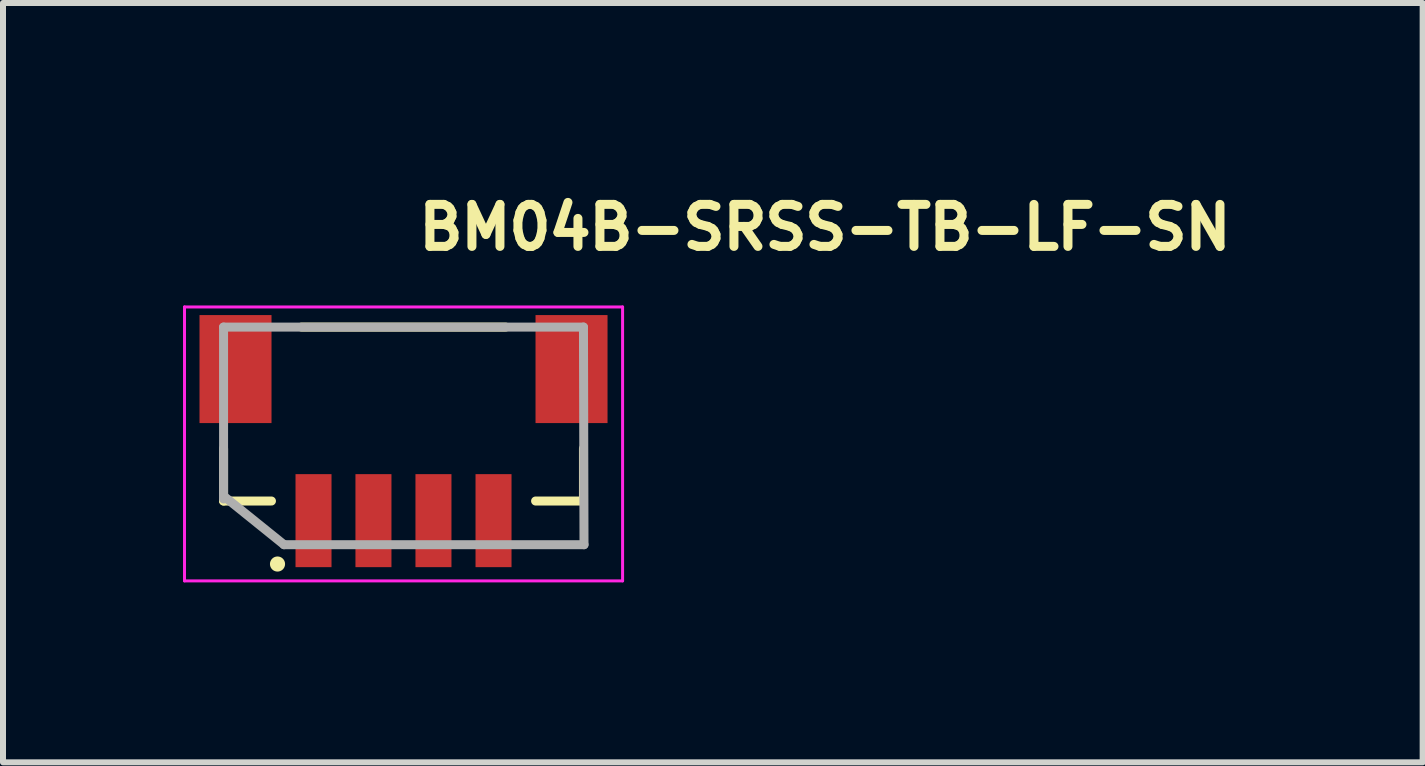
<source format=kicad_pcb>
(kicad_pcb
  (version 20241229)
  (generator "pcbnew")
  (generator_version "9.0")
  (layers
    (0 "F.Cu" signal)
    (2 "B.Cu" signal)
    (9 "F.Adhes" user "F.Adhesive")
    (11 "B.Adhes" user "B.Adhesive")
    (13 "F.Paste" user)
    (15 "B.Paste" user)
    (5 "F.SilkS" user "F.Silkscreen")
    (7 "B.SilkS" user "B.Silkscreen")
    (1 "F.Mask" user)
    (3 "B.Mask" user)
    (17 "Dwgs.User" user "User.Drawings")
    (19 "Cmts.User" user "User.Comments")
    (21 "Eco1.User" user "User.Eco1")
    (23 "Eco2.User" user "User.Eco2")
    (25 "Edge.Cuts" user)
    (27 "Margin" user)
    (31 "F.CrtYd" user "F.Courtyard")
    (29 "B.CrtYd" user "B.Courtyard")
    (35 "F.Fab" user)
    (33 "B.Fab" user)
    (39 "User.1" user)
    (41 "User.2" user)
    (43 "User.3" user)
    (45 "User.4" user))
  (footprint "BM04B-SRSS-TB-LF-SN"
    (layer "F.Cu")
    (at 3.675 4.25)
    (property "Reference" "BM04B-SRSS-TB-LF-SN" (at 0.175 -3.1 0) (layer "F.SilkS") (effects (font (size 0.7 0.7) (thickness 0.15)) (justify left bottom)))
    (attr smd)
    (fp_line (start -2.999 0.176) (end -2.999 1.05) (stroke (width 0.15) (type solid)) (layer "F.SilkS"))
    (fp_line (start -2.999 1.05) (end -2.201 1.05) (stroke (width 0.15) (type solid)) (layer "F.SilkS"))
    (fp_line (start -1.7 -1.849) (end 1.702 -1.849) (stroke (width 0.15) (type solid)) (layer "F.SilkS"))
    (fp_line (start 2.999 0.176) (end 2.999 1.05) (stroke (width 0.15) (type solid)) (layer "F.SilkS"))
    (fp_line (start 2.999 1.05) (end 2.201 1.05) (stroke (width 0.15) (type solid)) (layer "F.SilkS"))
    (fp_circle (center -2.1 2.1) (end -2.049 2.1) (stroke (width 0.15) (type solid)) (fill yes) (layer "F.SilkS"))
    (fp_line (start -3.65 -2.184) (end 3.651 -2.184) (stroke (width 0.05) (type solid)) (layer "F.CrtYd"))
    (fp_line (start -3.65 2.381) (end -3.65 -2.184) (stroke (width 0.05) (type solid)) (layer "F.CrtYd"))
    (fp_line (start 3.651 -2.184) (end 3.651 2.381) (stroke (width 0.05) (type solid)) (layer "F.CrtYd"))
    (fp_line (start 3.651 2.381) (end -3.65 2.381) (stroke (width 0.05) (type solid)) (layer "F.CrtYd"))
    (fp_line (start -2.999 -1.849) (end 2.999 -1.849) (stroke (width 0.15) (type solid)) (layer "F.Fab"))
    (fp_line (start -2.999 1.016) (end -2.999 -1.849) (stroke (width 0.15) (type solid)) (layer "F.Fab"))
    (fp_line (start -1.991 1.778) (end -2.999 0.966) (stroke (width 0.15) (type solid)) (layer "F.Fab"))
    (fp_line (start 2.999 -1.849) (end 3.008 1.778) (stroke (width 0.15) (type solid)) (layer "F.Fab"))
    (fp_line (start 3.008 1.778) (end -1.991 1.778) (stroke (width 0.15) (type solid)) (layer "F.Fab"))
    (fp_rect (start -2.999 -1.8) (end 2.999 1.8) (stroke (width 0.15) (type solid)) (fill no) (layer "User.5"))
    (fp_line (start -2.999 -1.599) (end -2.999 -0.199) (stroke (width 0.02) (type solid)) (layer "User.9"))
    (fp_line (start -2.999 -0.1) (end -2.999 -0.199) (stroke (width 0.02) (type solid)) (layer "User.9"))
    (fp_line (start -2.999 0.501) (end -2.999 -0.1) (stroke (width 0.02) (type solid)) (layer "User.9"))
    (fp_line (start -2.999 0.601) (end -2.999 0.501) (stroke (width 0.02) (type solid)) (layer "User.9"))
    (fp_line (start -2.999 0.981) (end -2.999 0.601) (stroke (width 0.02) (type solid)) (layer "User.9"))
    (fp_line (start -2.749 -1.8) (end -2.749 -1.599) (stroke (width 0.02) (type solid)) (layer "User.9"))
    (fp_line (start -2.749 -1.599) (end -2.999 -1.599) (stroke (width 0.02) (type solid)) (layer "User.9"))
    (fp_line (start -2.749 -0.1) (end -2.749 0.201) (stroke (width 0.02) (type solid)) (layer "User.9"))
    (fp_line (start -2.749 0.201) (end -2.499 0.201) (stroke (width 0.02) (type solid)) (layer "User.9"))
    (fp_line (start -2.749 0.601) (end -2.749 0.856) (stroke (width 0.02) (type solid)) (layer "User.9"))
    (fp_line (start -2.749 0.856) (end -2.499 0.856) (stroke (width 0.02) (type solid)) (layer "User.9"))
    (fp_line (start -2.701 -1.149) (end -2.6 -1.05) (stroke (width 0.02) (type solid)) (layer "User.9"))
    (fp_line (start -2.701 -1.149) (end -2.35 -1.149) (stroke (width 0.02) (type solid)) (layer "User.9"))
    (fp_line (start -2.701 -0.349) (end -2.701 -1.149) (stroke (width 0.02) (type solid)) (layer "User.9"))
    (fp_line (start -2.701 -0.349) (end -2.6 -0.449) (stroke (width 0.02) (type solid)) (layer "User.9"))
    (fp_line (start -2.6 -1.05) (end -2.6 -0.449) (stroke (width 0.02) (type solid)) (layer "User.9"))
    (fp_line (start -2.6 -0.449) (end -2.249 -0.449) (stroke (width 0.02) (type solid)) (layer "User.9"))
    (fp_line (start -2.499 -0.199) (end -2.999 -0.199) (stroke (width 0.02) (type solid)) (layer "User.9"))
    (fp_line (start -2.499 -0.199) (end -2.499 0.981) (stroke (width 0.02) (type solid)) (layer "User.9"))
    (fp_line (start -2.499 -0.1) (end -2.999 -0.1) (stroke (width 0.02) (type solid)) (layer "User.9"))
    (fp_line (start -2.499 0.501) (end -2.999 0.501) (stroke (width 0.02) (type solid)) (layer "User.9"))
    (fp_line (start -2.499 0.601) (end -2.999 0.601) (stroke (width 0.02) (type solid)) (layer "User.9"))
    (fp_line (start -2.499 0.981) (end -2.999 0.981) (stroke (width 0.02) (type solid)) (layer "User.9"))
    (fp_line (start -2.35 -1.649) (end -2.249 -1.55) (stroke (width 0.02) (type solid)) (layer "User.9"))
    (fp_line (start -2.35 -1.649) (end 2.35 -1.649) (stroke (width 0.02) (type solid)) (layer "User.9"))
    (fp_line (start -2.35 -1.149) (end -2.35 -1.649) (stroke (width 0.02) (type solid)) (layer "User.9"))
    (fp_line (start -2.35 -1.149) (end -2.249 -1.05) (stroke (width 0.02) (type solid)) (layer "User.9"))
    (fp_line (start -2.35 -0.349) (end -2.701 -0.349) (stroke (width 0.02) (type solid)) (layer "User.9"))
    (fp_line (start -2.35 -0.349) (end -2.249 -0.449) (stroke (width 0.02) (type solid)) (layer "User.9"))
    (fp_line (start -2.35 0.831) (end -2.35 -0.349) (stroke (width 0.02) (type solid)) (layer "User.9"))
    (fp_line (start -2.249 -1.55) (end -2.249 -1.05) (stroke (width 0.02) (type solid)) (layer "User.9"))
    (fp_line (start -2.249 -1.05) (end -2.6 -1.05) (stroke (width 0.02) (type solid)) (layer "User.9"))
    (fp_line (start -2.249 -0.449) (end -2.249 -1.05) (stroke (width 0.02) (type solid)) (layer "User.9"))
    (fp_line (start -2.249 -0.449) (end -2.249 0.731) (stroke (width 0.02) (type solid)) (layer "User.9"))
    (fp_line (start -2.249 0.731) (end -2.35 0.831) (stroke (width 0.02) (type solid)) (layer "User.9"))
    (fp_line (start -2.249 0.731) (end 2.249 0.731) (stroke (width 0.02) (type solid)) (layer "User.9"))
    (fp_line (start -2.201 0.981) (end -2.499 0.981) (stroke (width 0.02) (type solid)) (layer "User.9"))
    (fp_line (start -2.201 0.981) (end -2.201 1.101) (stroke (width 0.02) (type solid)) (layer "User.9"))
    (fp_line (start -1.575 -1.071) (end -1.538 -1.034) (stroke (width 0.02) (type solid)) (layer "User.9"))
    (fp_line (start -1.575 -1.071) (end -1.427 -1.071) (stroke (width 0.02) (type solid)) (layer "User.9"))
    (fp_line (start -1.575 -0.768) (end -1.575 -1.071) (stroke (width 0.02) (type solid)) (layer "User.9"))
    (fp_line (start -1.575 -0.768) (end -1.538 -0.805) (stroke (width 0.02) (type solid)) (layer "User.9"))
    (fp_line (start -1.575 0.032) (end -1.575 0.332) (stroke (width 0.02) (type solid)) (layer "User.9"))
    (fp_line (start -1.575 0.032) (end -1.575 0.332) (stroke (width 0.02) (type solid)) (layer "User.9"))
    (fp_line (start -1.575 0.032) (end -1.427 0.032) (stroke (width 0.02) (type solid)) (layer "User.9"))
    (fp_line (start -1.575 0.032) (end -1.427 0.032) (stroke (width 0.02) (type solid)) (layer "User.9"))
    (fp_line (start -1.575 0.332) (end -1.427 0.332) (stroke (width 0.02) (type solid)) (layer "User.9"))
    (fp_line (start -1.575 0.332) (end -1.427 0.332) (stroke (width 0.02) (type solid)) (layer "User.9"))
    (fp_line (start -1.575 1.101) (end -1.575 1.294) (stroke (width 0.02) (type solid)) (layer "User.9"))
    (fp_line (start -1.575 1.294) (end -1.575 1.71) (stroke (width 0.02) (type solid)) (layer "User.9"))
    (fp_line (start -1.575 1.71) (end -1.575 1.8) (stroke (width 0.02) (type solid)) (layer "User.9"))
    (fp_line (start -1.538 -1.034) (end -1.538 -0.805) (stroke (width 0.02) (type solid)) (layer "User.9"))
    (fp_line (start -1.538 -0.805) (end -1.462 -0.805) (stroke (width 0.02) (type solid)) (layer "User.9"))
    (fp_line (start -1.462 -1.034) (end -1.538 -1.034) (stroke (width 0.02) (type solid)) (layer "User.9"))
    (fp_line (start -1.462 -1.034) (end -1.427 -1.071) (stroke (width 0.02) (type solid)) (layer "User.9"))
    (fp_line (start -1.462 -0.805) (end -1.462 -1.034) (stroke (width 0.02) (type solid)) (layer "User.9"))
    (fp_line (start -1.462 -0.805) (end -1.427 -0.768) (stroke (width 0.02) (type solid)) (layer "User.9"))
    (fp_line (start -1.427 -1.071) (end -1.427 -0.768) (stroke (width 0.02) (type solid)) (layer "User.9"))
    (fp_line (start -1.427 -0.768) (end -1.575 -0.768) (stroke (width 0.02) (type solid)) (layer "User.9"))
    (fp_line (start -1.427 0.032) (end -1.427 0.332) (stroke (width 0.02) (type solid)) (layer "User.9"))
    (fp_line (start -1.427 0.032) (end -1.427 0.332) (stroke (width 0.02) (type solid)) (layer "User.9"))
    (fp_line (start -1.427 1.101) (end -1.427 1.294) (stroke (width 0.02) (type solid)) (layer "User.9"))
    (fp_line (start -1.427 1.294) (end -1.575 1.294) (stroke (width 0.02) (type solid)) (layer "User.9"))
    (fp_line (start -1.427 1.294) (end -1.427 1.71) (stroke (width 0.02) (type solid)) (layer "User.9"))
    (fp_line (start -1.427 1.71) (end -1.427 1.8) (stroke (width 0.02) (type solid)) (layer "User.9"))
    (fp_line (start -1.427 1.8) (end -1.575 1.8) (stroke (width 0.02) (type solid)) (layer "User.9"))
    (fp_line (start -0.575 -1.071) (end -0.539 -1.034) (stroke (width 0.02) (type solid)) (layer "User.9"))
    (fp_line (start -0.575 -1.071) (end -0.425 -1.071) (stroke (width 0.02) (type solid)) (layer "User.9"))
    (fp_line (start -0.575 -0.768) (end -0.575 -1.071) (stroke (width 0.02) (type solid)) (layer "User.9"))
    (fp_line (start -0.575 -0.768) (end -0.539 -0.805) (stroke (width 0.02) (type solid)) (layer "User.9"))
    (fp_line (start -0.575 0.032) (end -0.575 0.332) (stroke (width 0.02) (type solid)) (layer "User.9"))
    (fp_line (start -0.575 0.032) (end -0.575 0.332) (stroke (width 0.02) (type solid)) (layer "User.9"))
    (fp_line (start -0.575 0.032) (end -0.425 0.032) (stroke (width 0.02) (type solid)) (layer "User.9"))
    (fp_line (start -0.575 0.032) (end -0.425 0.032) (stroke (width 0.02) (type solid)) (layer "User.9"))
    (fp_line (start -0.575 0.332) (end -0.425 0.332) (stroke (width 0.02) (type solid)) (layer "User.9"))
    (fp_line (start -0.575 0.332) (end -0.425 0.332) (stroke (width 0.02) (type solid)) (layer "User.9"))
    (fp_line (start -0.575 1.101) (end -0.575 1.294) (stroke (width 0.02) (type solid)) (layer "User.9"))
    (fp_line (start -0.575 1.294) (end -0.575 1.71) (stroke (width 0.02) (type solid)) (layer "User.9"))
    (fp_line (start -0.575 1.71) (end -0.575 1.8) (stroke (width 0.02) (type solid)) (layer "User.9"))
    (fp_line (start -0.539 -1.034) (end -0.539 -0.805) (stroke (width 0.02) (type solid)) (layer "User.9"))
    (fp_line (start -0.539 -0.805) (end -0.462 -0.805) (stroke (width 0.02) (type solid)) (layer "User.9"))
    (fp_line (start -0.462 -1.034) (end -0.539 -1.034) (stroke (width 0.02) (type solid)) (layer "User.9"))
    (fp_line (start -0.462 -1.034) (end -0.425 -1.071) (stroke (width 0.02) (type solid)) (layer "User.9"))
    (fp_line (start -0.462 -0.805) (end -0.462 -1.034) (stroke (width 0.02) (type solid)) (layer "User.9"))
    (fp_line (start -0.462 -0.805) (end -0.425 -0.768) (stroke (width 0.02) (type solid)) (layer "User.9"))
    (fp_line (start -0.425 -1.071) (end -0.425 -0.768) (stroke (width 0.02) (type solid)) (layer "User.9"))
    (fp_line (start -0.425 -0.768) (end -0.575 -0.768) (stroke (width 0.02) (type solid)) (layer "User.9"))
    (fp_line (start -0.425 0.032) (end -0.425 0.332) (stroke (width 0.02) (type solid)) (layer "User.9"))
    (fp_line (start -0.425 0.032) (end -0.425 0.332) (stroke (width 0.02) (type solid)) (layer "User.9"))
    (fp_line (start -0.425 1.101) (end -0.425 1.294) (stroke (width 0.02) (type solid)) (layer "User.9"))
    (fp_line (start -0.425 1.294) (end -0.575 1.294) (stroke (width 0.02) (type solid)) (layer "User.9"))
    (fp_line (start -0.425 1.294) (end -0.425 1.71) (stroke (width 0.02) (type solid)) (layer "User.9"))
    (fp_line (start -0.425 1.71) (end -0.425 1.8) (stroke (width 0.02) (type solid)) (layer "User.9"))
    (fp_line (start -0.425 1.8) (end -0.575 1.8) (stroke (width 0.02) (type solid)) (layer "User.9"))
    (fp_line (start 0.425 -1.071) (end 0.462 -1.034) (stroke (width 0.02) (type solid)) (layer "User.9"))
    (fp_line (start 0.425 -1.071) (end 0.577 -1.071) (stroke (width 0.02) (type solid)) (layer "User.9"))
    (fp_line (start 0.425 -0.768) (end 0.425 -1.071) (stroke (width 0.02) (type solid)) (layer "User.9"))
    (fp_line (start 0.425 -0.768) (end 0.462 -0.805) (stroke (width 0.02) (type solid)) (layer "User.9"))
    (fp_line (start 0.425 0.032) (end 0.425 0.332) (stroke (width 0.02) (type solid)) (layer "User.9"))
    (fp_line (start 0.425 0.032) (end 0.425 0.332) (stroke (width 0.02) (type solid)) (layer "User.9"))
    (fp_line (start 0.425 0.032) (end 0.577 0.032) (stroke (width 0.02) (type solid)) (layer "User.9"))
    (fp_line (start 0.425 0.032) (end 0.577 0.032) (stroke (width 0.02) (type solid)) (layer "User.9"))
    (fp_line (start 0.425 0.332) (end 0.577 0.332) (stroke (width 0.02) (type solid)) (layer "User.9"))
    (fp_line (start 0.425 0.332) (end 0.577 0.332) (stroke (width 0.02) (type solid)) (layer "User.9"))
    (fp_line (start 0.425 1.101) (end 0.425 1.294) (stroke (width 0.02) (type solid)) (layer "User.9"))
    (fp_line (start 0.425 1.294) (end 0.425 1.71) (stroke (width 0.02) (type solid)) (layer "User.9"))
    (fp_line (start 0.425 1.71) (end 0.425 1.8) (stroke (width 0.02) (type solid)) (layer "User.9"))
    (fp_line (start 0.462 -1.034) (end 0.462 -0.805) (stroke (width 0.02) (type solid)) (layer "User.9"))
    (fp_line (start 0.462 -0.805) (end 0.538 -0.805) (stroke (width 0.02) (type solid)) (layer "User.9"))
    (fp_line (start 0.538 -1.034) (end 0.462 -1.034) (stroke (width 0.02) (type solid)) (layer "User.9"))
    (fp_line (start 0.538 -1.034) (end 0.577 -1.071) (stroke (width 0.02) (type solid)) (layer "User.9"))
    (fp_line (start 0.538 -0.805) (end 0.538 -1.034) (stroke (width 0.02) (type solid)) (layer "User.9"))
    (fp_line (start 0.538 -0.805) (end 0.577 -0.768) (stroke (width 0.02) (type solid)) (layer "User.9"))
    (fp_line (start 0.577 -1.071) (end 0.577 -0.768) (stroke (width 0.02) (type solid)) (layer "User.9"))
    (fp_line (start 0.577 -0.768) (end 0.425 -0.768) (stroke (width 0.02) (type solid)) (layer "User.9"))
    (fp_line (start 0.577 0.032) (end 0.577 0.332) (stroke (width 0.02) (type solid)) (layer "User.9"))
    (fp_line (start 0.577 0.032) (end 0.577 0.332) (stroke (width 0.02) (type solid)) (layer "User.9"))
    (fp_line (start 0.577 1.101) (end 0.577 1.294) (stroke (width 0.02) (type solid)) (layer "User.9"))
    (fp_line (start 0.577 1.294) (end 0.425 1.294) (stroke (width 0.02) (type solid)) (layer "User.9"))
    (fp_line (start 0.577 1.294) (end 0.577 1.71) (stroke (width 0.02) (type solid)) (layer "User.9"))
    (fp_line (start 0.577 1.71) (end 0.577 1.8) (stroke (width 0.02) (type solid)) (layer "User.9"))
    (fp_line (start 0.577 1.8) (end 0.425 1.8) (stroke (width 0.02) (type solid)) (layer "User.9"))
    (fp_line (start 1.423 -1.071) (end 1.46 -1.034) (stroke (width 0.02) (type solid)) (layer "User.9"))
    (fp_line (start 1.423 -1.071) (end 1.577 -1.071) (stroke (width 0.02) (type solid)) (layer "User.9"))
    (fp_line (start 1.423 -0.768) (end 1.423 -1.071) (stroke (width 0.02) (type solid)) (layer "User.9"))
    (fp_line (start 1.423 -0.768) (end 1.46 -0.805) (stroke (width 0.02) (type solid)) (layer "User.9"))
    (fp_line (start 1.423 0.032) (end 1.423 0.332) (stroke (width 0.02) (type solid)) (layer "User.9"))
    (fp_line (start 1.423 0.032) (end 1.423 0.332) (stroke (width 0.02) (type solid)) (layer "User.9"))
    (fp_line (start 1.423 0.032) (end 1.577 0.032) (stroke (width 0.02) (type solid)) (layer "User.9"))
    (fp_line (start 1.423 0.032) (end 1.577 0.032) (stroke (width 0.02) (type solid)) (layer "User.9"))
    (fp_line (start 1.423 0.332) (end 1.577 0.332) (stroke (width 0.02) (type solid)) (layer "User.9"))
    (fp_line (start 1.423 0.332) (end 1.577 0.332) (stroke (width 0.02) (type solid)) (layer "User.9"))
    (fp_line (start 1.423 1.101) (end 1.423 1.294) (stroke (width 0.02) (type solid)) (layer "User.9"))
    (fp_line (start 1.423 1.294) (end 1.423 1.71) (stroke (width 0.02) (type solid)) (layer "User.9"))
    (fp_line (start 1.423 1.71) (end 1.423 1.8) (stroke (width 0.02) (type solid)) (layer "User.9"))
    (fp_line (start 1.46 -1.034) (end 1.46 -0.805) (stroke (width 0.02) (type solid)) (layer "User.9"))
    (fp_line (start 1.46 -0.805) (end 1.538 -0.805) (stroke (width 0.02) (type solid)) (layer "User.9"))
    (fp_line (start 1.538 -1.034) (end 1.46 -1.034) (stroke (width 0.02) (type solid)) (layer "User.9"))
    (fp_line (start 1.538 -1.034) (end 1.577 -1.071) (stroke (width 0.02) (type solid)) (layer "User.9"))
    (fp_line (start 1.538 -0.805) (end 1.538 -1.034) (stroke (width 0.02) (type solid)) (layer "User.9"))
    (fp_line (start 1.538 -0.805) (end 1.577 -0.768) (stroke (width 0.02) (type solid)) (layer "User.9"))
    (fp_line (start 1.577 -1.071) (end 1.577 -0.768) (stroke (width 0.02) (type solid)) (layer "User.9"))
    (fp_line (start 1.577 -0.768) (end 1.423 -0.768) (stroke (width 0.02) (type solid)) (layer "User.9"))
    (fp_line (start 1.577 0.032) (end 1.577 0.332) (stroke (width 0.02) (type solid)) (layer "User.9"))
    (fp_line (start 1.577 0.032) (end 1.577 0.332) (stroke (width 0.02) (type solid)) (layer "User.9"))
    (fp_line (start 1.577 1.101) (end 1.577 1.294) (stroke (width 0.02) (type solid)) (layer "User.9"))
    (fp_line (start 1.577 1.294) (end 1.423 1.294) (stroke (width 0.02) (type solid)) (layer "User.9"))
    (fp_line (start 1.577 1.294) (end 1.577 1.71) (stroke (width 0.02) (type solid)) (layer "User.9"))
    (fp_line (start 1.577 1.71) (end 1.577 1.8) (stroke (width 0.02) (type solid)) (layer "User.9"))
    (fp_line (start 1.577 1.8) (end 1.423 1.8) (stroke (width 0.02) (type solid)) (layer "User.9"))
    (fp_line (start 2.201 0.981) (end 2.201 1.101) (stroke (width 0.02) (type solid)) (layer "User.9"))
    (fp_line (start 2.201 0.981) (end 2.499 0.981) (stroke (width 0.02) (type solid)) (layer "User.9"))
    (fp_line (start 2.201 1.101) (end -2.201 1.101) (stroke (width 0.02) (type solid)) (layer "User.9"))
    (fp_line (start 2.249 -1.55) (end -2.249 -1.55) (stroke (width 0.02) (type solid)) (layer "User.9"))
    (fp_line (start 2.249 -1.05) (end 2.249 -1.55) (stroke (width 0.02) (type solid)) (layer "User.9"))
    (fp_line (start 2.249 -1.05) (end 2.249 -0.449) (stroke (width 0.02) (type solid)) (layer "User.9"))
    (fp_line (start 2.249 -1.05) (end 2.35 -1.149) (stroke (width 0.02) (type solid)) (layer "User.9"))
    (fp_line (start 2.249 -0.449) (end 2.35 -0.349) (stroke (width 0.02) (type solid)) (layer "User.9"))
    (fp_line (start 2.249 -0.449) (end 2.6 -0.449) (stroke (width 0.02) (type solid)) (layer "User.9"))
    (fp_line (start 2.249 0.731) (end 2.249 -0.449) (stroke (width 0.02) (type solid)) (layer "User.9"))
    (fp_line (start 2.249 0.731) (end 2.35 0.831) (stroke (width 0.02) (type solid)) (layer "User.9"))
    (fp_line (start 2.35 -1.649) (end 2.249 -1.55) (stroke (width 0.02) (type solid)) (layer "User.9"))
    (fp_line (start 2.35 -1.649) (end 2.35 -1.149) (stroke (width 0.02) (type solid)) (layer "User.9"))
    (fp_line (start 2.35 -1.149) (end 2.701 -1.149) (stroke (width 0.02) (type solid)) (layer "User.9"))
    (fp_line (start 2.35 -0.349) (end 2.35 0.831) (stroke (width 0.02) (type solid)) (layer "User.9"))
    (fp_line (start 2.35 0.831) (end -2.35 0.831) (stroke (width 0.02) (type solid)) (layer "User.9"))
    (fp_line (start 2.499 -0.199) (end 2.499 0.981) (stroke (width 0.02) (type solid)) (layer "User.9"))
    (fp_line (start 2.499 -0.199) (end 2.999 -0.199) (stroke (width 0.02) (type solid)) (layer "User.9"))
    (fp_line (start 2.499 -0.1) (end 2.999 -0.1) (stroke (width 0.02) (type solid)) (layer "User.9"))
    (fp_line (start 2.499 0.201) (end 2.749 0.201) (stroke (width 0.02) (type solid)) (layer "User.9"))
    (fp_line (start 2.499 0.501) (end 2.999 0.501) (stroke (width 0.02) (type solid)) (layer "User.9"))
    (fp_line (start 2.499 0.601) (end 2.999 0.601) (stroke (width 0.02) (type solid)) (layer "User.9"))
    (fp_line (start 2.499 0.856) (end 2.749 0.856) (stroke (width 0.02) (type solid)) (layer "User.9"))
    (fp_line (start 2.499 0.981) (end 2.999 0.981) (stroke (width 0.02) (type solid)) (layer "User.9"))
    (fp_line (start 2.6 -1.05) (end 2.249 -1.05) (stroke (width 0.02) (type solid)) (layer "User.9"))
    (fp_line (start 2.6 -1.05) (end 2.701 -1.149) (stroke (width 0.02) (type solid)) (layer "User.9"))
    (fp_line (start 2.6 -0.449) (end 2.6 -1.05) (stroke (width 0.02) (type solid)) (layer "User.9"))
    (fp_line (start 2.6 -0.449) (end 2.701 -0.349) (stroke (width 0.02) (type solid)) (layer "User.9"))
    (fp_line (start 2.701 -1.149) (end 2.701 -0.349) (stroke (width 0.02) (type solid)) (layer "User.9"))
    (fp_line (start 2.701 -0.349) (end 2.35 -0.349) (stroke (width 0.02) (type solid)) (layer "User.9"))
    (fp_line (start 2.749 -1.8) (end -2.749 -1.8) (stroke (width 0.02) (type solid)) (layer "User.9"))
    (fp_line (start 2.749 -1.8) (end 2.749 -1.599) (stroke (width 0.02) (type solid)) (layer "User.9"))
    (fp_line (start 2.749 -1.599) (end 2.999 -1.599) (stroke (width 0.02) (type solid)) (layer "User.9"))
    (fp_line (start 2.749 0.201) (end 2.749 -0.1) (stroke (width 0.02) (type solid)) (layer "User.9"))
    (fp_line (start 2.749 0.856) (end 2.749 0.601) (stroke (width 0.02) (type solid)) (layer "User.9"))
    (fp_line (start 2.999 -1.599) (end 2.999 -0.199) (stroke (width 0.02) (type solid)) (layer "User.9"))
    (fp_line (start 2.999 -0.1) (end 2.999 -0.199) (stroke (width 0.02) (type solid)) (layer "User.9"))
    (fp_line (start 2.999 0.501) (end 2.999 -0.1) (stroke (width 0.02) (type solid)) (layer "User.9"))
    (fp_line (start 2.999 0.601) (end 2.999 0.501) (stroke (width 0.02) (type solid)) (layer "User.9"))
    (fp_line (start 2.999 0.981) (end 2.999 0.601) (stroke (width 0.02) (type solid)) (layer "User.9"))
    (pad "1" smd rect (at -1.5 1.377) (size 0.6 1.55) (layers "F.Cu" "F.Mask" "F.Paste"))
    (pad "2" smd rect (at -0.501 1.377) (size 0.6 1.55) (layers "F.Cu" "F.Mask" "F.Paste"))
    (pad "3" smd rect (at 0.499 1.377) (size 0.6 1.55) (layers "F.Cu" "F.Mask" "F.Paste"))
    (pad "4" smd rect (at 1.5 1.377) (size 0.6 1.55) (layers "F.Cu" "F.Mask" "F.Paste"))
    (pad "MP" smd rect (at -2.8 -1.149) (size 1.2 1.8) (layers "F.Cu" "F.Mask" "F.Paste"))
    (pad "MP" smd rect (at 2.8 -1.149) (size 1.2 1.8) (layers "F.Cu" "F.Mask" "F.Paste")))
  (gr_rect
    (start -3 -3)
    (end 20.66 9.655)
    (stroke (width 0.1) (type default))
    (fill no)
    (layer "Edge.Cuts")))
</source>
